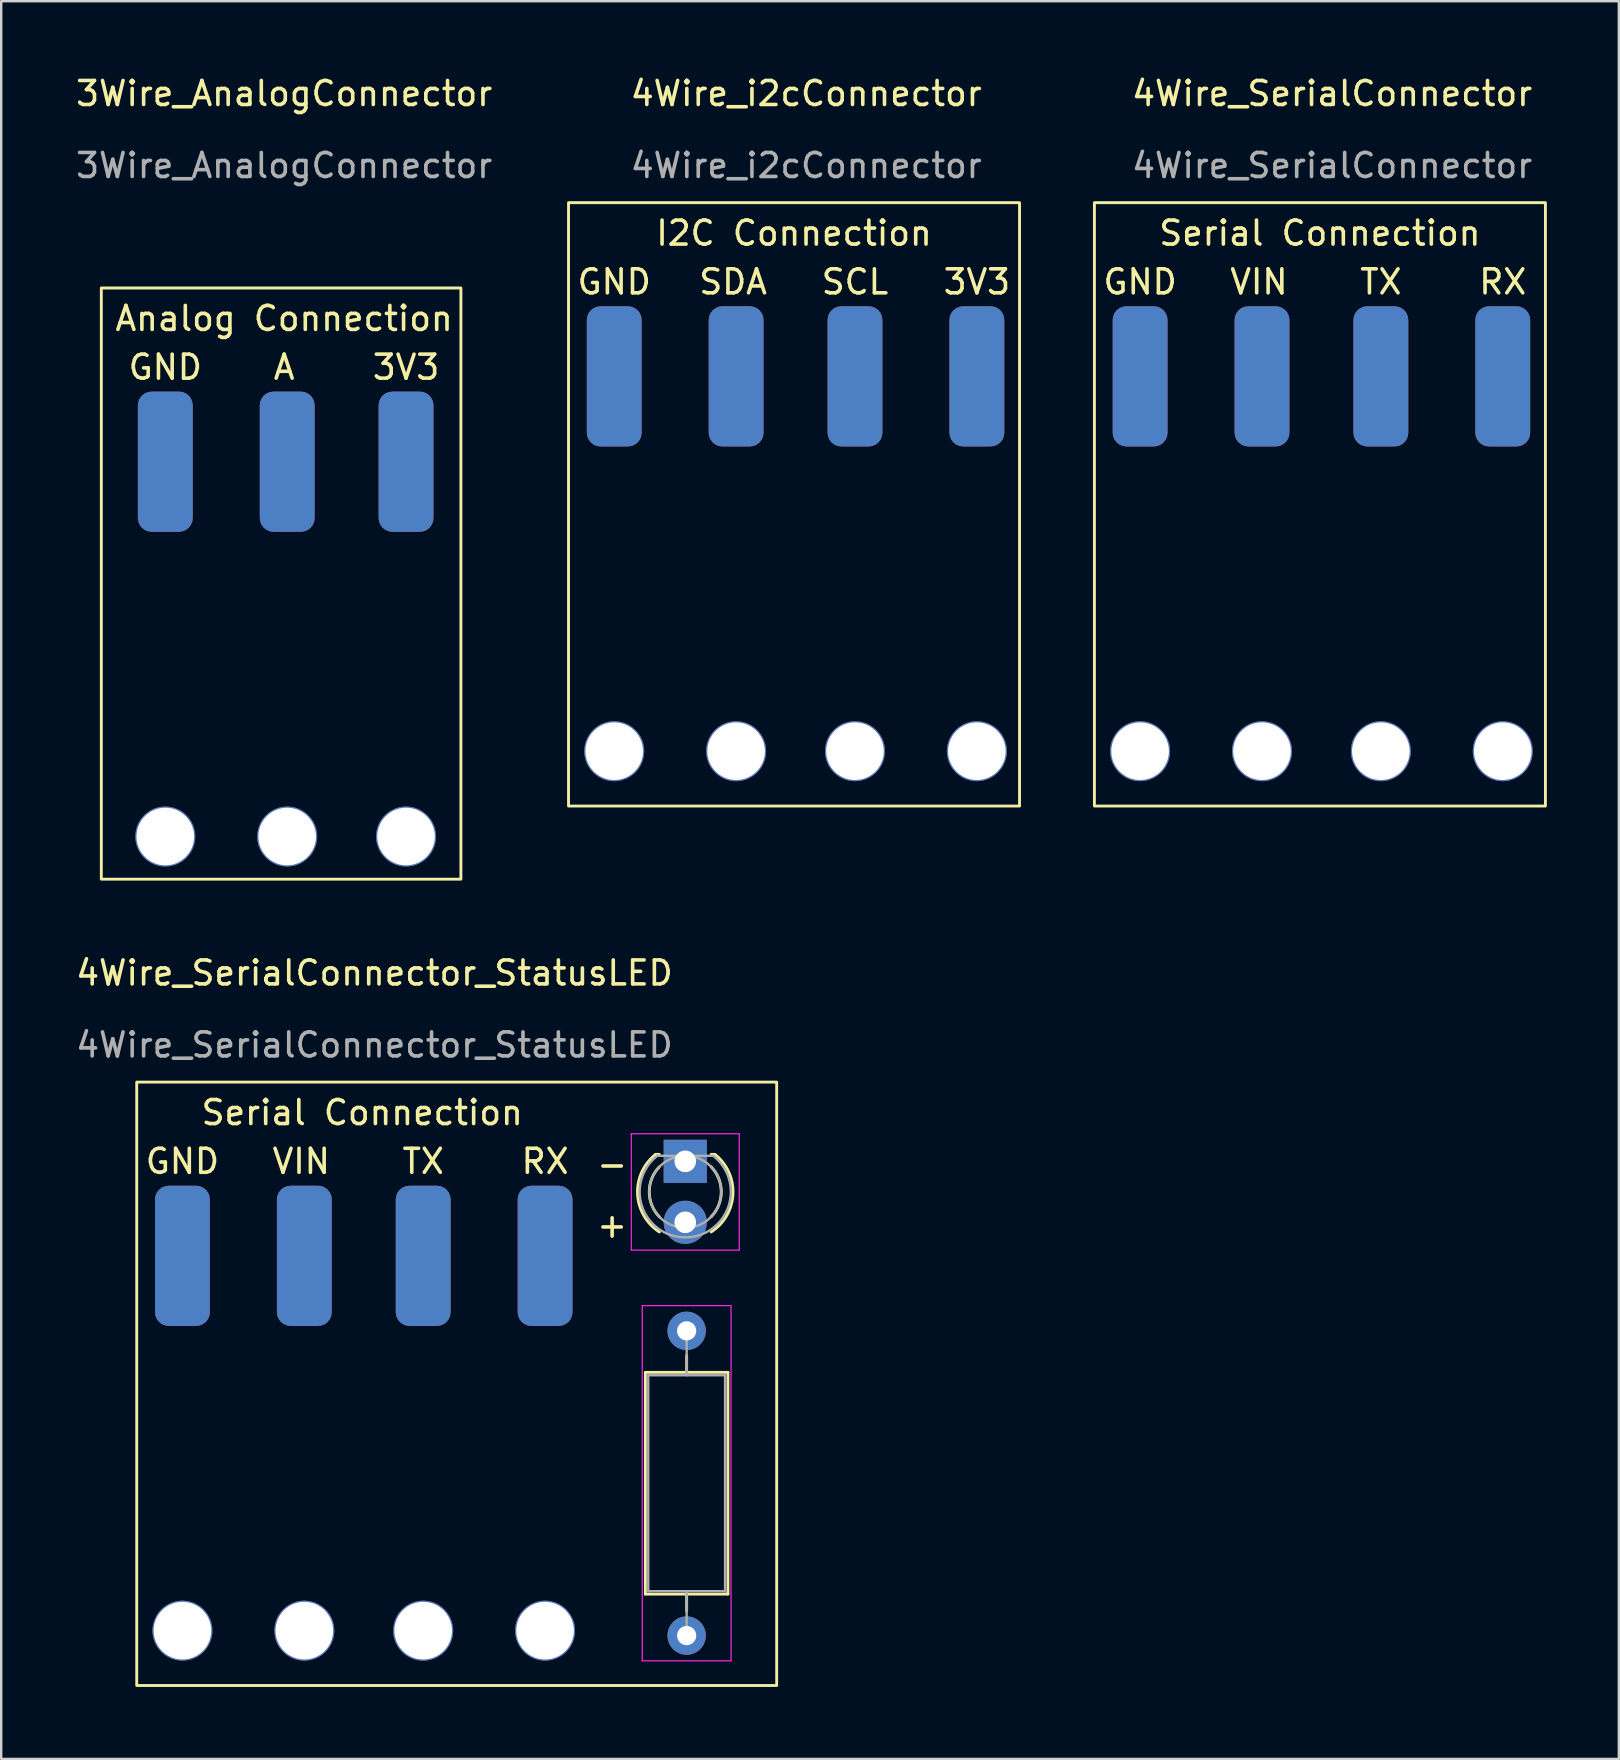
<source format=kicad_pcb>
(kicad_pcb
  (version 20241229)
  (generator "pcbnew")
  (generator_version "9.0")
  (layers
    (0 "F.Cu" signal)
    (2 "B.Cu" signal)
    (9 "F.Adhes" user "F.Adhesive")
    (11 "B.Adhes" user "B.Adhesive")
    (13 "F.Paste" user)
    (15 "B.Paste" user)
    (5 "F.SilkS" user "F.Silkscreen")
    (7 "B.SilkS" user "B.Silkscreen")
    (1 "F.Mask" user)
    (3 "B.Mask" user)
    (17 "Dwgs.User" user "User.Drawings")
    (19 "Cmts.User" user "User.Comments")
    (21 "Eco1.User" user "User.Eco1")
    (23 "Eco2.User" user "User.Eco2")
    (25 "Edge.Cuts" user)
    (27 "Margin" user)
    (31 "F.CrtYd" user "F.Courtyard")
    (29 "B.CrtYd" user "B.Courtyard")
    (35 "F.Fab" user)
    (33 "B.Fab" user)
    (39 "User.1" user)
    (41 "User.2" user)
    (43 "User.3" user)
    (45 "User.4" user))
  (footprint "4Wire_SerialConnector_StatusLED"
    (layer "F.Cu")
    (at 8.49 42.047)
    (property "Reference" "4Wire_SerialConnector_StatusLED" (at 4.064 -4.548 0) (unlocked yes) (layer "F.SilkS") (effects (font (size 1 1) (thickness 0.15))))
    (attr smd)
    (fp_line (start 15.356 12.096) (end 15.356 21.336) (stroke (width 0.12) (type solid)) (layer "F.SilkS"))
    (fp_line (start 15.356 21.336) (end 18.796 21.336) (stroke (width 0.12) (type solid)) (layer "F.SilkS"))
    (fp_line (start 15.938 3.012) (end 15.782 3.012) (stroke (width 0.12) (type solid)) (layer "F.SilkS"))
    (fp_line (start 17.076 11.406) (end 17.076 12.096) (stroke (width 0.12) (type solid)) (layer "F.SilkS"))
    (fp_line (start 17.076 22.026) (end 17.076 21.336) (stroke (width 0.12) (type solid)) (layer "F.SilkS"))
    (fp_line (start 18.254 3.012) (end 18.098 3.012) (stroke (width 0.12) (type solid)) (layer "F.SilkS"))
    (fp_line (start 18.796 12.096) (end 15.356 12.096) (stroke (width 0.12) (type solid)) (layer "F.SilkS"))
    (fp_line (start 18.796 21.336) (end 18.796 12.096) (stroke (width 0.12) (type solid)) (layer "F.SilkS"))
    (fp_rect (start 20.828 25.146) (end -5.842 0) (stroke (width 0.12) (type solid)) (fill no) (layer "F.SilkS"))
    (fp_arc (start 15.938163 5.61313) (mid 15.518 4.572117) (end 15.938 3.531039) (stroke (width 0.12) (type solid)) (layer "F.SilkS"))
    (fp_arc (start 15.939392 6.244335) (mid 15.030341 4.668487) (end 15.782484 3.012) (stroke (width 0.12) (type solid)) (layer "F.SilkS"))
    (fp_arc (start 18.098 3.531039) (mid 18.518 4.572117) (end 18.097837 5.61313) (stroke (width 0.12) (type solid)) (layer "F.SilkS"))
    (fp_arc (start 18.253516 3.012) (mid 19.005659 4.668487) (end 18.096608 6.244335) (stroke (width 0.12) (type solid)) (layer "F.SilkS"))
    (fp_line (start 14.768 2.152) (end 14.768 7.002) (stroke (width 0.05) (type solid)) (layer "F.CrtYd"))
    (fp_line (start 14.768 7.002) (end 19.268 7.002) (stroke (width 0.05) (type solid)) (layer "F.CrtYd"))
    (fp_line (start 15.226 9.316) (end 15.226 24.116) (stroke (width 0.05) (type solid)) (layer "F.CrtYd"))
    (fp_line (start 15.226 24.116) (end 18.926 24.116) (stroke (width 0.05) (type solid)) (layer "F.CrtYd"))
    (fp_line (start 18.926 9.316) (end 15.226 9.316) (stroke (width 0.05) (type solid)) (layer "F.CrtYd"))
    (fp_line (start 18.926 24.116) (end 18.926 9.316) (stroke (width 0.05) (type solid)) (layer "F.CrtYd"))
    (fp_line (start 19.268 2.152) (end 14.768 2.152) (stroke (width 0.05) (type solid)) (layer "F.CrtYd"))
    (fp_line (start 19.268 7.002) (end 19.268 2.152) (stroke (width 0.05) (type solid)) (layer "F.CrtYd"))
    (fp_line (start 15.476 12.216) (end 15.476 21.216) (stroke (width 0.1) (type solid)) (layer "F.Fab"))
    (fp_line (start 15.476 21.216) (end 18.676 21.216) (stroke (width 0.1) (type solid)) (layer "F.Fab"))
    (fp_line (start 17.076 10.366) (end 17.076 12.216) (stroke (width 0.1) (type solid)) (layer "F.Fab"))
    (fp_line (start 17.076 23.066) (end 17.076 21.216) (stroke (width 0.1) (type solid)) (layer "F.Fab"))
    (fp_line (start 18.184 3.072) (end 15.852 3.072) (stroke (width 0.1) (type solid)) (layer "F.Fab"))
    (fp_line (start 18.676 12.216) (end 15.476 12.216) (stroke (width 0.1) (type solid)) (layer "F.Fab"))
    (fp_line (start 18.676 21.216) (end 18.676 12.216) (stroke (width 0.1) (type solid)) (layer "F.Fab"))
    (fp_arc (start 18.18419 3.072) (mid 17.017548 6.472) (end 15.852524 3.071445) (stroke (width 0.1) (type solid)) (layer "F.Fab"))
    (fp_circle (center 17.018 4.572) (end 17.018 6.072) (stroke (width 0.1) (type solid)) (fill no) (layer "F.Fab"))
    (fp_text user "TX" (at 6.096 3.302 0) (unlocked yes) (layer "F.SilkS") (effects (font (size 1 1) (thickness 0.15))))
    (fp_text user "RX" (at 11.176 3.302 0) (unlocked yes) (layer "F.SilkS") (effects (font (size 1 1) (thickness 0.15))))
    (fp_text user "-" (at 13.97 3.422 0) (unlocked yes) (layer "F.SilkS") (effects (font (size 1 1) (thickness 0.15))))
    (fp_text user "GND" (at -3.937 3.302 0) (unlocked yes) (layer "F.SilkS") (effects (font (size 1 1) (thickness 0.15))))
    (fp_text user "+" (at 13.97 5.962 0) (unlocked yes) (layer "F.SilkS") (effects (font (size 1 1) (thickness 0.15))))
    (fp_text user "Serial Connection" (at 3.556 1.27 0) (unlocked yes) (layer "F.SilkS") (effects (font (size 1 1) (thickness 0.15))))
    (fp_text user "VIN" (at 1.016 3.302 0) (unlocked yes) (layer "F.SilkS") (effects (font (size 1 1) (thickness 0.15))))
    (fp_text user "${REFERENCE}" (at 4.064 -1.548 0) (unlocked yes) (layer "F.Fab") (effects (font (size 1 1) (thickness 0.15))))
    (pad "" np_thru_hole circle (at -3.937 22.86) (size 2.5 2.5) (drill 2.4) (layers "*.Cu" "*.Mask"))
    (pad "" np_thru_hole circle (at 1.143 22.86) (size 2.5 2.5) (drill 2.4) (layers "*.Cu" "*.Mask"))
    (pad "" np_thru_hole circle (at 6.096 22.86) (size 2.5 2.5) (drill 2.4) (layers "*.Cu" "*.Mask"))
    (pad "" np_thru_hole circle (at 11.176 22.86) (size 2.5 2.5) (drill 2.4) (layers "*.Cu" "*.Mask"))
    (pad "1" thru_hole roundrect (at -3.937 7.239) (size 2.286 5.842) (drill 0.000001) (layers "*.Cu" "*.Mask") (roundrect_rratio 0.25))
    (pad "2" thru_hole roundrect (at 1.143 7.239) (size 2.286 5.842) (drill 0.000001) (layers "*.Cu" "*.Mask") (roundrect_rratio 0.25))
    (pad "3" thru_hole roundrect (at 6.096 7.239) (size 2.286 5.842) (drill 0.000001) (layers "*.Cu" "*.Mask") (roundrect_rratio 0.25))
    (pad "4" thru_hole roundrect (at 11.176 7.239) (size 2.286 5.842) (drill 0.000001) (layers "*.Cu" "*.Mask") (roundrect_rratio 0.25))
    (pad "5" thru_hole rect (at 17.018 3.302 270) (size 1.8 1.8) (drill 0.9) (layers "*.Cu" "*.Mask"))
    (pad "6" thru_hole circle (at 17.018 5.842 270) (size 1.8 1.8) (drill 0.9) (layers "*.Cu" "*.Mask"))
    (pad "7" thru_hole circle (at 17.076 10.366 270) (size 1.6 1.6) (drill 0.8) (layers "*.Cu" "*.Mask"))
    (pad "8" thru_hole oval (at 17.076 23.066 270) (size 1.6 1.6) (drill 0.8) (layers "*.Cu" "*.Mask")))
  (footprint "4Wire_i2cConnector"
    (layer "F.Cu")
    (at 26.485 5.396)
    (property "Reference" "4Wire_i2cConnector" (at 4.064 -4.548 0) (unlocked yes) (layer "F.SilkS") (effects (font (size 1 1) (thickness 0.15))))
    (attr smd)
    (fp_rect (start 12.954 25.146) (end -5.842 0) (stroke (width 0.12) (type solid)) (fill no) (layer "F.SilkS"))
    (fp_text user "SDA" (at 1.016 3.302 0) (unlocked yes) (layer "F.SilkS") (effects (font (size 1 1) (thickness 0.15))))
    (fp_text user "I2C Connection" (at 3.556 1.27 0) (unlocked yes) (layer "F.SilkS") (effects (font (size 1 1) (thickness 0.15))))
    (fp_text user "SCL" (at 6.096 3.302 0) (unlocked yes) (layer "F.SilkS") (effects (font (size 1 1) (thickness 0.15))))
    (fp_text user "GND" (at -3.937 3.302 0) (unlocked yes) (layer "F.SilkS") (effects (font (size 1 1) (thickness 0.15))))
    (fp_text user "3V3" (at 11.176 3.302 0) (unlocked yes) (layer "F.SilkS") (effects (font (size 1 1) (thickness 0.15))))
    (fp_text user "${REFERENCE}" (at 4.064 -1.548 0) (unlocked yes) (layer "F.Fab") (effects (font (size 1 1) (thickness 0.15))))
    (pad "" np_thru_hole circle (at -3.937 22.86) (size 2.5 2.5) (drill 2.4) (layers "*.Cu" "*.Mask"))
    (pad "" np_thru_hole circle (at 1.143 22.86) (size 2.5 2.5) (drill 2.4) (layers "*.Cu" "*.Mask"))
    (pad "" np_thru_hole circle (at 6.096 22.86) (size 2.5 2.5) (drill 2.4) (layers "*.Cu" "*.Mask"))
    (pad "" np_thru_hole circle (at 11.176 22.86) (size 2.5 2.5) (drill 2.4) (layers "*.Cu" "*.Mask"))
    (pad "1" thru_hole roundrect (at -3.937 7.239) (size 2.286 5.842) (drill 0.000001) (layers "*.Cu" "*.Mask") (roundrect_rratio 0.25))
    (pad "2" thru_hole roundrect (at 1.143 7.239) (size 2.286 5.842) (drill 0.000001) (layers "*.Cu" "*.Mask") (roundrect_rratio 0.25))
    (pad "3" thru_hole roundrect (at 6.096 7.239) (size 2.286 5.842) (drill 0.000001) (layers "*.Cu" "*.Mask") (roundrect_rratio 0.25))
    (pad "4" thru_hole roundrect (at 11.176 7.239) (size 2.286 5.842) (drill 0.000001) (layers "*.Cu" "*.Mask") (roundrect_rratio 0.25)))
  (footprint "4Wire_SerialConnector"
    (layer "F.Cu")
    (at 48.401 5.396)
    (property "Reference" "4Wire_SerialConnector" (at 4.064 -4.548 0) (unlocked yes) (layer "F.SilkS") (effects (font (size 1 1) (thickness 0.15))))
    (attr smd)
    (fp_rect (start 12.954 25.146) (end -5.842 0) (stroke (width 0.12) (type solid)) (fill no) (layer "F.SilkS"))
    (fp_text user "RX" (at 11.176 3.302 0) (unlocked yes) (layer "F.SilkS") (effects (font (size 1 1) (thickness 0.15))))
    (fp_text user "GND" (at -3.937 3.302 0) (unlocked yes) (layer "F.SilkS") (effects (font (size 1 1) (thickness 0.15))))
    (fp_text user "TX" (at 6.096 3.302 0) (unlocked yes) (layer "F.SilkS") (effects (font (size 1 1) (thickness 0.15))))
    (fp_text user "VIN" (at 1.016 3.302 0) (unlocked yes) (layer "F.SilkS") (effects (font (size 1 1) (thickness 0.15))))
    (fp_text user "Serial Connection" (at 3.556 1.27 0) (unlocked yes) (layer "F.SilkS") (effects (font (size 1 1) (thickness 0.15))))
    (fp_text user "${REFERENCE}" (at 4.064 -1.548 0) (unlocked yes) (layer "F.Fab") (effects (font (size 1 1) (thickness 0.15))))
    (pad "" np_thru_hole circle (at -3.937 22.86) (size 2.5 2.5) (drill 2.4) (layers "*.Cu" "*.Mask"))
    (pad "" np_thru_hole circle (at 1.143 22.86) (size 2.5 2.5) (drill 2.4) (layers "*.Cu" "*.Mask"))
    (pad "" np_thru_hole circle (at 6.096 22.86) (size 2.5 2.5) (drill 2.4) (layers "*.Cu" "*.Mask"))
    (pad "" np_thru_hole circle (at 11.176 22.86) (size 2.5 2.5) (drill 2.4) (layers "*.Cu" "*.Mask"))
    (pad "1" thru_hole roundrect (at -3.937 7.239) (size 2.286 5.842) (drill 0.000001) (layers "*.Cu" "*.Mask") (roundrect_rratio 0.25))
    (pad "2" thru_hole roundrect (at 1.143 7.239) (size 2.286 5.842) (drill 0.000001) (layers "*.Cu" "*.Mask") (roundrect_rratio 0.25))
    (pad "3" thru_hole roundrect (at 6.096 7.239) (size 2.286 5.842) (drill 0.000001) (layers "*.Cu" "*.Mask") (roundrect_rratio 0.25))
    (pad "4" thru_hole roundrect (at 11.176 7.239) (size 2.286 5.842) (drill 0.000001) (layers "*.Cu" "*.Mask") (roundrect_rratio 0.25)))
  (footprint "3Wire_AnalogConnector"
    (layer "F.Cu")
    (at 7.776 8.952)
    (property "Reference" "3Wire_AnalogConnector" (at 1.016 -8.104 0) (unlocked yes) (layer "F.SilkS") (effects (font (size 1 1) (thickness 0.15))))
    (attr smd)
    (fp_rect (start -6.604 0) (end 8.382 24.638) (stroke (width 0.12) (type solid)) (fill no) (layer "F.SilkS"))
    (fp_text user "GND" (at -3.937 3.302 0) (unlocked yes) (layer "F.SilkS") (effects (font (size 1 1) (thickness 0.15))))
    (fp_text user "3V3" (at 6.096 3.302 0) (unlocked yes) (layer "F.SilkS") (effects (font (size 1 1) (thickness 0.15))))
    (fp_text user "A" (at 1.016 3.302 0) (unlocked yes) (layer "F.SilkS") (effects (font (size 1 1) (thickness 0.15))))
    (fp_text user "Analog Connection" (at 1.016 1.27 0) (unlocked yes) (layer "F.SilkS") (effects (font (size 1 1) (thickness 0.15))))
    (fp_text user "${REFERENCE}" (at 1.016 -5.104 0) (unlocked yes) (layer "F.Fab") (effects (font (size 1 1) (thickness 0.15))))
    (pad "" np_thru_hole circle (at -3.937 22.86) (size 2.5 2.5) (drill 2.4) (layers "*.Cu" "*.Mask"))
    (pad "" np_thru_hole circle (at 1.143 22.86) (size 2.5 2.5) (drill 2.4) (layers "*.Cu" "*.Mask"))
    (pad "" np_thru_hole circle (at 6.096 22.86) (size 2.5 2.5) (drill 2.4) (layers "*.Cu" "*.Mask"))
    (pad "1" thru_hole roundrect (at -3.937 7.239) (size 2.286 5.842) (drill 0.000001) (layers "*.Cu" "*.Mask") (roundrect_rratio 0.25))
    (pad "2" thru_hole roundrect (at 1.143 7.239) (size 2.286 5.842) (drill 0.000001) (layers "*.Cu" "*.Mask") (roundrect_rratio 0.25))
    (pad "3" thru_hole roundrect (at 6.096 7.239) (size 2.286 5.842) (drill 0.000001) (layers "*.Cu" "*.Mask") (roundrect_rratio 0.25)))
  (gr_rect
    (start -3 -3)
    (end 64.415 70.252)
    (stroke (width 0.1) (type default))
    (fill no)
    (layer "Edge.Cuts")))
</source>
